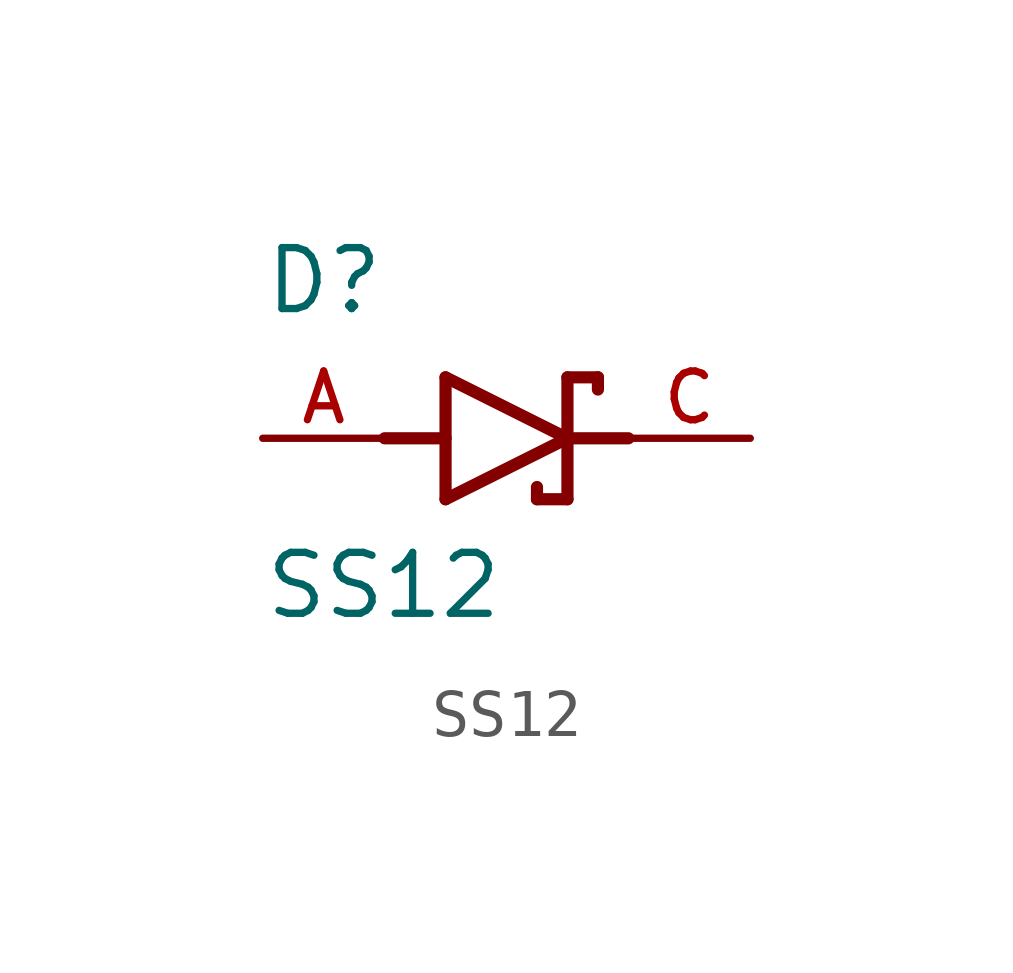
<source format=kicad_sym>
(kicad_symbol_lib
  (version 20211014)
  (generator kicad_symbol_editor)
  (symbol "SS12"
    (pin_names
      (offset 1.016))
    (property "Reference" "D"
      (at -5.08 2.54 0)
      (effects (font (size 1.27 1.27)) (justify bottom left)))
    (property "Value" "SS12"
      (at -5.08 -3.81 0)
      (effects (font (size 1.27 1.27)) (justify bottom left)))
    (symbol "SS12_0_0"
      (polyline (pts (xy -1.27 -1.27) (xy 1.27 0.0)) (stroke (width 0.254)))
      (polyline (pts (xy 1.27 0.0) (xy -1.27 1.27)) (stroke (width 0.254)))
      (polyline (pts (xy 1.905 1.27) (xy 1.27 1.27)) (stroke (width 0.254)))
      (polyline (pts (xy -1.27 1.27) (xy -1.27 -1.27)) (stroke (width 0.254)))
      (polyline (pts (xy 1.27 1.27) (xy 1.27 -1.27)) (stroke (width 0.254)))
      (polyline (pts (xy 1.905 1.27) (xy 1.905 1.016)) (stroke (width 0.254)))
      (polyline (pts (xy 1.27 -1.27) (xy 0.635 -1.27)) (stroke (width 0.254)))
      (polyline (pts (xy 0.635 -1.016) (xy 0.635 -1.27)) (stroke (width 0.254)))
      (polyline (pts (xy -2.54 0.0) (xy -1.27 0.0)) (stroke (width 0.254)))
      (polyline (pts (xy 2.54 0.0) (xy 1.27 0.0)) (stroke (width 0.254)))
      (pin passive line (at 5.08 0.0 180.0) (length 2.54) (name "~" (effects (font (size 1.016 1.016)))) (number "C" (effects (font (size 1.016 1.016)))))
      (pin passive line (at -5.08 0.0 0) (length 2.54) (name "~" (effects (font (size 1.016 1.016)))) (number "A" (effects (font (size 1.016 1.016))))))))
</source>
